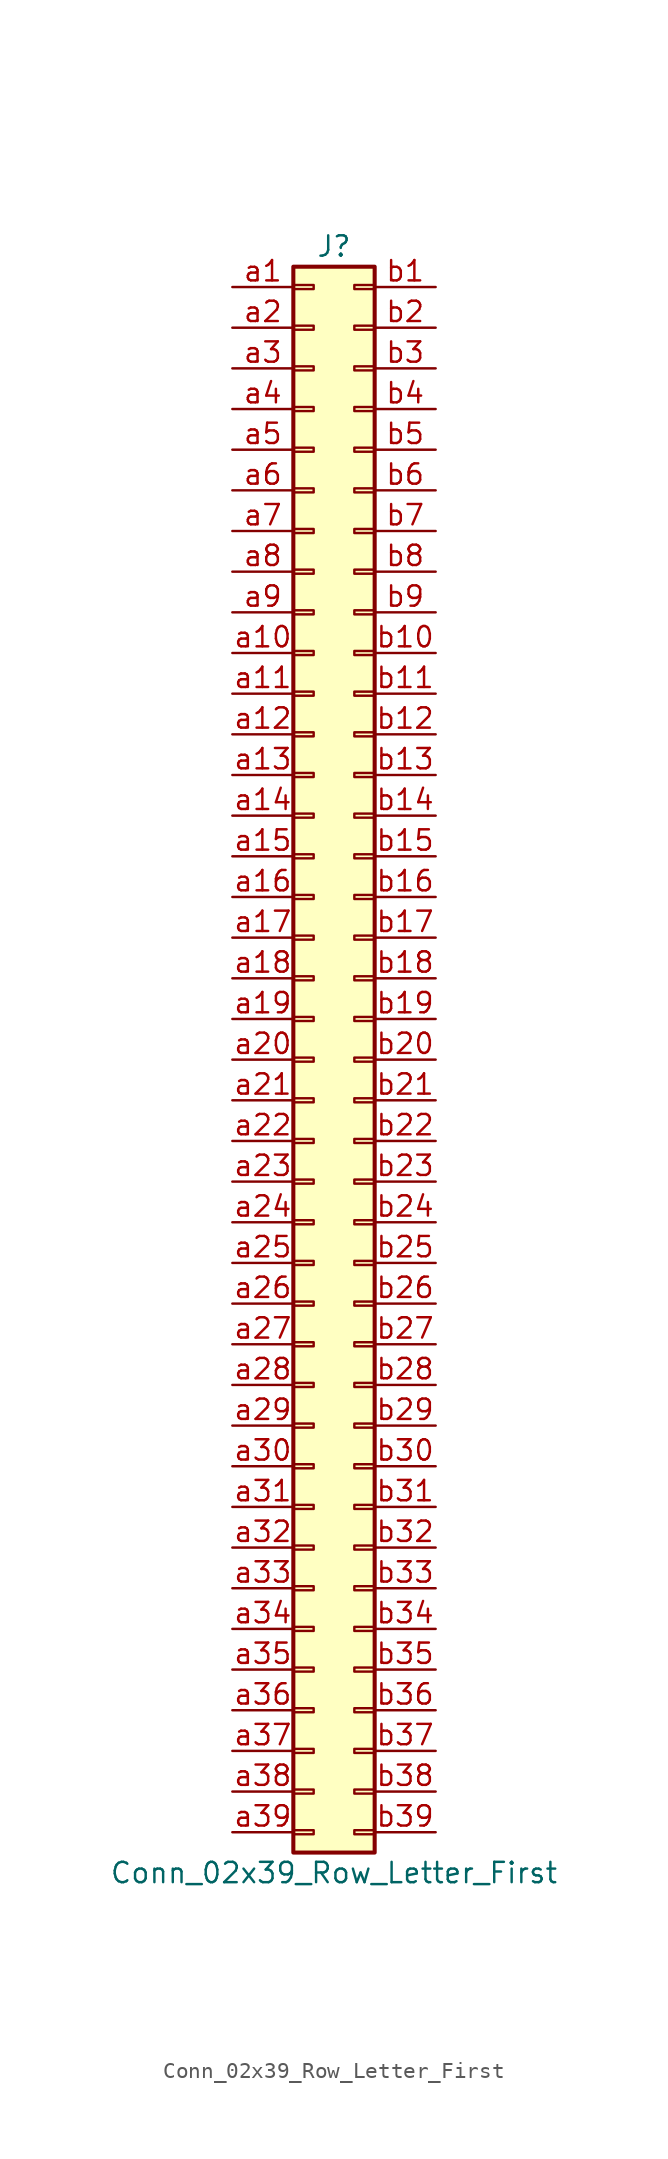
<source format=kicad_sym>
(kicad_symbol_lib
  (version 20211014)
  (generator kicad_symbol_editor)
  (symbol "Conn_02x39_Row_Letter_First"
    (pin_names
      (offset 1.016) hide)
    (property "Reference" "J"
      (at 1.27 50.8 0)
      (effects (font (size 1.27 1.27))))
    (property "Value" "Conn_02x39_Row_Letter_First"
      (at 1.27 -50.8 0)
      (effects (font (size 1.27 1.27))))
    (symbol "Conn_02x39_Row_Letter_First_1_1"
      (rectangle (start -1.27 -48.133) (end 0 -48.387) (stroke (width 0.152) (type default) (color 0 0 0 0)) (fill (type none)))
      (rectangle (start -1.27 -45.593) (end 0 -45.847) (stroke (width 0.152) (type default) (color 0 0 0 0)) (fill (type none)))
      (rectangle (start -1.27 -43.053) (end 0 -43.307) (stroke (width 0.152) (type default) (color 0 0 0 0)) (fill (type none)))
      (rectangle (start -1.27 -40.513) (end 0 -40.767) (stroke (width 0.152) (type default) (color 0 0 0 0)) (fill (type none)))
      (rectangle (start -1.27 -37.973) (end 0 -38.227) (stroke (width 0.152) (type default) (color 0 0 0 0)) (fill (type none)))
      (rectangle (start -1.27 -35.433) (end 0 -35.687) (stroke (width 0.152) (type default) (color 0 0 0 0)) (fill (type none)))
      (rectangle (start -1.27 -32.893) (end 0 -33.147) (stroke (width 0.152) (type default) (color 0 0 0 0)) (fill (type none)))
      (rectangle (start -1.27 -30.353) (end 0 -30.607) (stroke (width 0.152) (type default) (color 0 0 0 0)) (fill (type none)))
      (rectangle (start -1.27 -27.813) (end 0 -28.067) (stroke (width 0.152) (type default) (color 0 0 0 0)) (fill (type none)))
      (rectangle (start -1.27 -25.273) (end 0 -25.527) (stroke (width 0.152) (type default) (color 0 0 0 0)) (fill (type none)))
      (rectangle (start -1.27 -22.733) (end 0 -22.987) (stroke (width 0.152) (type default) (color 0 0 0 0)) (fill (type none)))
      (rectangle (start -1.27 -20.193) (end 0 -20.447) (stroke (width 0.152) (type default) (color 0 0 0 0)) (fill (type none)))
      (rectangle (start -1.27 -17.653) (end 0 -17.907) (stroke (width 0.152) (type default) (color 0 0 0 0)) (fill (type none)))
      (rectangle (start -1.27 -15.113) (end 0 -15.367) (stroke (width 0.152) (type default) (color 0 0 0 0)) (fill (type none)))
      (rectangle (start -1.27 -12.573) (end 0 -12.827) (stroke (width 0.152) (type default) (color 0 0 0 0)) (fill (type none)))
      (rectangle (start -1.27 -10.033) (end 0 -10.287) (stroke (width 0.152) (type default) (color 0 0 0 0)) (fill (type none)))
      (rectangle (start -1.27 -7.493) (end 0 -7.747) (stroke (width 0.152) (type default) (color 0 0 0 0)) (fill (type none)))
      (rectangle (start -1.27 -4.953) (end 0 -5.207) (stroke (width 0.152) (type default) (color 0 0 0 0)) (fill (type none)))
      (rectangle (start -1.27 -2.413) (end 0 -2.667) (stroke (width 0.152) (type default) (color 0 0 0 0)) (fill (type none)))
      (rectangle (start -1.27 0.127) (end 0 -0.127) (stroke (width 0.152) (type default) (color 0 0 0 0)) (fill (type none)))
      (rectangle (start -1.27 2.667) (end 0 2.413) (stroke (width 0.152) (type default) (color 0 0 0 0)) (fill (type none)))
      (rectangle (start -1.27 5.207) (end 0 4.953) (stroke (width 0.152) (type default) (color 0 0 0 0)) (fill (type none)))
      (rectangle (start -1.27 7.747) (end 0 7.493) (stroke (width 0.152) (type default) (color 0 0 0 0)) (fill (type none)))
      (rectangle (start -1.27 10.287) (end 0 10.033) (stroke (width 0.152) (type default) (color 0 0 0 0)) (fill (type none)))
      (rectangle (start -1.27 12.827) (end 0 12.573) (stroke (width 0.152) (type default) (color 0 0 0 0)) (fill (type none)))
      (rectangle (start -1.27 15.367) (end 0 15.113) (stroke (width 0.152) (type default) (color 0 0 0 0)) (fill (type none)))
      (rectangle (start -1.27 17.907) (end 0 17.653) (stroke (width 0.152) (type default) (color 0 0 0 0)) (fill (type none)))
      (rectangle (start -1.27 20.447) (end 0 20.193) (stroke (width 0.152) (type default) (color 0 0 0 0)) (fill (type none)))
      (rectangle (start -1.27 22.987) (end 0 22.733) (stroke (width 0.152) (type default) (color 0 0 0 0)) (fill (type none)))
      (rectangle (start -1.27 25.527) (end 0 25.273) (stroke (width 0.152) (type default) (color 0 0 0 0)) (fill (type none)))
      (rectangle (start -1.27 28.067) (end 0 27.813) (stroke (width 0.152) (type default) (color 0 0 0 0)) (fill (type none)))
      (rectangle (start -1.27 30.607) (end 0 30.353) (stroke (width 0.152) (type default) (color 0 0 0 0)) (fill (type none)))
      (rectangle (start -1.27 33.147) (end 0 32.893) (stroke (width 0.152) (type default) (color 0 0 0 0)) (fill (type none)))
      (rectangle (start -1.27 35.687) (end 0 35.433) (stroke (width 0.152) (type default) (color 0 0 0 0)) (fill (type none)))
      (rectangle (start -1.27 38.227) (end 0 37.973) (stroke (width 0.152) (type default) (color 0 0 0 0)) (fill (type none)))
      (rectangle (start -1.27 40.767) (end 0 40.513) (stroke (width 0.152) (type default) (color 0 0 0 0)) (fill (type none)))
      (rectangle (start -1.27 43.307) (end 0 43.053) (stroke (width 0.152) (type default) (color 0 0 0 0)) (fill (type none)))
      (rectangle (start -1.27 45.847) (end 0 45.593) (stroke (width 0.152) (type default) (color 0 0 0 0)) (fill (type none)))
      (rectangle (start -1.27 48.387) (end 0 48.133) (stroke (width 0.152) (type default) (color 0 0 0 0)) (fill (type none)))
      (rectangle (start -1.27 49.53) (end 3.81 -49.53) (stroke (width 0.254) (type default) (color 0 0 0 0)) (fill (type background)))
      (rectangle (start 3.81 -48.133) (end 2.54 -48.387) (stroke (width 0.152) (type default) (color 0 0 0 0)) (fill (type none)))
      (rectangle (start 3.81 -45.593) (end 2.54 -45.847) (stroke (width 0.152) (type default) (color 0 0 0 0)) (fill (type none)))
      (rectangle (start 3.81 -43.053) (end 2.54 -43.307) (stroke (width 0.152) (type default) (color 0 0 0 0)) (fill (type none)))
      (rectangle (start 3.81 -40.513) (end 2.54 -40.767) (stroke (width 0.152) (type default) (color 0 0 0 0)) (fill (type none)))
      (rectangle (start 3.81 -37.973) (end 2.54 -38.227) (stroke (width 0.152) (type default) (color 0 0 0 0)) (fill (type none)))
      (rectangle (start 3.81 -35.433) (end 2.54 -35.687) (stroke (width 0.152) (type default) (color 0 0 0 0)) (fill (type none)))
      (rectangle (start 3.81 -32.893) (end 2.54 -33.147) (stroke (width 0.152) (type default) (color 0 0 0 0)) (fill (type none)))
      (rectangle (start 3.81 -30.353) (end 2.54 -30.607) (stroke (width 0.152) (type default) (color 0 0 0 0)) (fill (type none)))
      (rectangle (start 3.81 -27.813) (end 2.54 -28.067) (stroke (width 0.152) (type default) (color 0 0 0 0)) (fill (type none)))
      (rectangle (start 3.81 -25.273) (end 2.54 -25.527) (stroke (width 0.152) (type default) (color 0 0 0 0)) (fill (type none)))
      (rectangle (start 3.81 -22.733) (end 2.54 -22.987) (stroke (width 0.152) (type default) (color 0 0 0 0)) (fill (type none)))
      (rectangle (start 3.81 -20.193) (end 2.54 -20.447) (stroke (width 0.152) (type default) (color 0 0 0 0)) (fill (type none)))
      (rectangle (start 3.81 -17.653) (end 2.54 -17.907) (stroke (width 0.152) (type default) (color 0 0 0 0)) (fill (type none)))
      (rectangle (start 3.81 -15.113) (end 2.54 -15.367) (stroke (width 0.152) (type default) (color 0 0 0 0)) (fill (type none)))
      (rectangle (start 3.81 -12.573) (end 2.54 -12.827) (stroke (width 0.152) (type default) (color 0 0 0 0)) (fill (type none)))
      (rectangle (start 3.81 -10.033) (end 2.54 -10.287) (stroke (width 0.152) (type default) (color 0 0 0 0)) (fill (type none)))
      (rectangle (start 3.81 -7.493) (end 2.54 -7.747) (stroke (width 0.152) (type default) (color 0 0 0 0)) (fill (type none)))
      (rectangle (start 3.81 -4.953) (end 2.54 -5.207) (stroke (width 0.152) (type default) (color 0 0 0 0)) (fill (type none)))
      (rectangle (start 3.81 -2.413) (end 2.54 -2.667) (stroke (width 0.152) (type default) (color 0 0 0 0)) (fill (type none)))
      (rectangle (start 3.81 0.127) (end 2.54 -0.127) (stroke (width 0.152) (type default) (color 0 0 0 0)) (fill (type none)))
      (rectangle (start 3.81 2.667) (end 2.54 2.413) (stroke (width 0.152) (type default) (color 0 0 0 0)) (fill (type none)))
      (rectangle (start 3.81 5.207) (end 2.54 4.953) (stroke (width 0.152) (type default) (color 0 0 0 0)) (fill (type none)))
      (rectangle (start 3.81 7.747) (end 2.54 7.493) (stroke (width 0.152) (type default) (color 0 0 0 0)) (fill (type none)))
      (rectangle (start 3.81 10.287) (end 2.54 10.033) (stroke (width 0.152) (type default) (color 0 0 0 0)) (fill (type none)))
      (rectangle (start 3.81 12.827) (end 2.54 12.573) (stroke (width 0.152) (type default) (color 0 0 0 0)) (fill (type none)))
      (rectangle (start 3.81 15.367) (end 2.54 15.113) (stroke (width 0.152) (type default) (color 0 0 0 0)) (fill (type none)))
      (rectangle (start 3.81 17.907) (end 2.54 17.653) (stroke (width 0.152) (type default) (color 0 0 0 0)) (fill (type none)))
      (rectangle (start 3.81 20.447) (end 2.54 20.193) (stroke (width 0.152) (type default) (color 0 0 0 0)) (fill (type none)))
      (rectangle (start 3.81 22.987) (end 2.54 22.733) (stroke (width 0.152) (type default) (color 0 0 0 0)) (fill (type none)))
      (rectangle (start 3.81 25.527) (end 2.54 25.273) (stroke (width 0.152) (type default) (color 0 0 0 0)) (fill (type none)))
      (rectangle (start 3.81 28.067) (end 2.54 27.813) (stroke (width 0.152) (type default) (color 0 0 0 0)) (fill (type none)))
      (rectangle (start 3.81 30.607) (end 2.54 30.353) (stroke (width 0.152) (type default) (color 0 0 0 0)) (fill (type none)))
      (rectangle (start 3.81 33.147) (end 2.54 32.893) (stroke (width 0.152) (type default) (color 0 0 0 0)) (fill (type none)))
      (rectangle (start 3.81 35.687) (end 2.54 35.433) (stroke (width 0.152) (type default) (color 0 0 0 0)) (fill (type none)))
      (rectangle (start 3.81 38.227) (end 2.54 37.973) (stroke (width 0.152) (type default) (color 0 0 0 0)) (fill (type none)))
      (rectangle (start 3.81 40.767) (end 2.54 40.513) (stroke (width 0.152) (type default) (color 0 0 0 0)) (fill (type none)))
      (rectangle (start 3.81 43.307) (end 2.54 43.053) (stroke (width 0.152) (type default) (color 0 0 0 0)) (fill (type none)))
      (rectangle (start 3.81 45.847) (end 2.54 45.593) (stroke (width 0.152) (type default) (color 0 0 0 0)) (fill (type none)))
      (rectangle (start 3.81 48.387) (end 2.54 48.133) (stroke (width 0.152) (type default) (color 0 0 0 0)) (fill (type none)))
      (pin passive line (at -5.08 48.26 0) (length 3.81) (name "Pin_a1" (effects (font (size 1.27 1.27)))) (number "a1" (effects (font (size 1.27 1.27)))))
      (pin passive line (at -5.08 25.4 0) (length 3.81) (name "Pin_a10" (effects (font (size 1.27 1.27)))) (number "a10" (effects (font (size 1.27 1.27)))))
      (pin passive line (at -5.08 22.86 0) (length 3.81) (name "Pin_a11" (effects (font (size 1.27 1.27)))) (number "a11" (effects (font (size 1.27 1.27)))))
      (pin passive line (at -5.08 20.32 0) (length 3.81) (name "Pin_a12" (effects (font (size 1.27 1.27)))) (number "a12" (effects (font (size 1.27 1.27)))))
      (pin passive line (at -5.08 17.78 0) (length 3.81) (name "Pin_a13" (effects (font (size 1.27 1.27)))) (number "a13" (effects (font (size 1.27 1.27)))))
      (pin passive line (at -5.08 15.24 0) (length 3.81) (name "Pin_a14" (effects (font (size 1.27 1.27)))) (number "a14" (effects (font (size 1.27 1.27)))))
      (pin passive line (at -5.08 12.7 0) (length 3.81) (name "Pin_a15" (effects (font (size 1.27 1.27)))) (number "a15" (effects (font (size 1.27 1.27)))))
      (pin passive line (at -5.08 10.16 0) (length 3.81) (name "Pin_a16" (effects (font (size 1.27 1.27)))) (number "a16" (effects (font (size 1.27 1.27)))))
      (pin passive line (at -5.08 7.62 0) (length 3.81) (name "Pin_a17" (effects (font (size 1.27 1.27)))) (number "a17" (effects (font (size 1.27 1.27)))))
      (pin passive line (at -5.08 5.08 0) (length 3.81) (name "Pin_a18" (effects (font (size 1.27 1.27)))) (number "a18" (effects (font (size 1.27 1.27)))))
      (pin passive line (at -5.08 2.54 0) (length 3.81) (name "Pin_a19" (effects (font (size 1.27 1.27)))) (number "a19" (effects (font (size 1.27 1.27)))))
      (pin passive line (at -5.08 45.72 0) (length 3.81) (name "Pin_a2" (effects (font (size 1.27 1.27)))) (number "a2" (effects (font (size 1.27 1.27)))))
      (pin passive line (at -5.08 0 0) (length 3.81) (name "Pin_a20" (effects (font (size 1.27 1.27)))) (number "a20" (effects (font (size 1.27 1.27)))))
      (pin passive line (at -5.08 -2.54 0) (length 3.81) (name "Pin_a21" (effects (font (size 1.27 1.27)))) (number "a21" (effects (font (size 1.27 1.27)))))
      (pin passive line (at -5.08 -5.08 0) (length 3.81) (name "Pin_a22" (effects (font (size 1.27 1.27)))) (number "a22" (effects (font (size 1.27 1.27)))))
      (pin passive line (at -5.08 -7.62 0) (length 3.81) (name "Pin_a23" (effects (font (size 1.27 1.27)))) (number "a23" (effects (font (size 1.27 1.27)))))
      (pin passive line (at -5.08 -10.16 0) (length 3.81) (name "Pin_a24" (effects (font (size 1.27 1.27)))) (number "a24" (effects (font (size 1.27 1.27)))))
      (pin passive line (at -5.08 -12.7 0) (length 3.81) (name "Pin_a25" (effects (font (size 1.27 1.27)))) (number "a25" (effects (font (size 1.27 1.27)))))
      (pin passive line (at -5.08 -15.24 0) (length 3.81) (name "Pin_a26" (effects (font (size 1.27 1.27)))) (number "a26" (effects (font (size 1.27 1.27)))))
      (pin passive line (at -5.08 -17.78 0) (length 3.81) (name "Pin_a27" (effects (font (size 1.27 1.27)))) (number "a27" (effects (font (size 1.27 1.27)))))
      (pin passive line (at -5.08 -20.32 0) (length 3.81) (name "Pin_a28" (effects (font (size 1.27 1.27)))) (number "a28" (effects (font (size 1.27 1.27)))))
      (pin passive line (at -5.08 -22.86 0) (length 3.81) (name "Pin_a29" (effects (font (size 1.27 1.27)))) (number "a29" (effects (font (size 1.27 1.27)))))
      (pin passive line (at -5.08 43.18 0) (length 3.81) (name "Pin_a3" (effects (font (size 1.27 1.27)))) (number "a3" (effects (font (size 1.27 1.27)))))
      (pin passive line (at -5.08 -25.4 0) (length 3.81) (name "Pin_a30" (effects (font (size 1.27 1.27)))) (number "a30" (effects (font (size 1.27 1.27)))))
      (pin passive line (at -5.08 -27.94 0) (length 3.81) (name "Pin_a31" (effects (font (size 1.27 1.27)))) (number "a31" (effects (font (size 1.27 1.27)))))
      (pin passive line (at -5.08 -30.48 0) (length 3.81) (name "Pin_a32" (effects (font (size 1.27 1.27)))) (number "a32" (effects (font (size 1.27 1.27)))))
      (pin passive line (at -5.08 -33.02 0) (length 3.81) (name "Pin_a33" (effects (font (size 1.27 1.27)))) (number "a33" (effects (font (size 1.27 1.27)))))
      (pin passive line (at -5.08 -35.56 0) (length 3.81) (name "Pin_a34" (effects (font (size 1.27 1.27)))) (number "a34" (effects (font (size 1.27 1.27)))))
      (pin passive line (at -5.08 -38.1 0) (length 3.81) (name "Pin_a35" (effects (font (size 1.27 1.27)))) (number "a35" (effects (font (size 1.27 1.27)))))
      (pin passive line (at -5.08 -40.64 0) (length 3.81) (name "Pin_a36" (effects (font (size 1.27 1.27)))) (number "a36" (effects (font (size 1.27 1.27)))))
      (pin passive line (at -5.08 -43.18 0) (length 3.81) (name "Pin_a37" (effects (font (size 1.27 1.27)))) (number "a37" (effects (font (size 1.27 1.27)))))
      (pin passive line (at -5.08 -45.72 0) (length 3.81) (name "Pin_a38" (effects (font (size 1.27 1.27)))) (number "a38" (effects (font (size 1.27 1.27)))))
      (pin passive line (at -5.08 -48.26 0) (length 3.81) (name "Pin_a39" (effects (font (size 1.27 1.27)))) (number "a39" (effects (font (size 1.27 1.27)))))
      (pin passive line (at -5.08 40.64 0) (length 3.81) (name "Pin_a4" (effects (font (size 1.27 1.27)))) (number "a4" (effects (font (size 1.27 1.27)))))
      (pin passive line (at -5.08 38.1 0) (length 3.81) (name "Pin_a5" (effects (font (size 1.27 1.27)))) (number "a5" (effects (font (size 1.27 1.27)))))
      (pin passive line (at -5.08 35.56 0) (length 3.81) (name "Pin_a6" (effects (font (size 1.27 1.27)))) (number "a6" (effects (font (size 1.27 1.27)))))
      (pin passive line (at -5.08 33.02 0) (length 3.81) (name "Pin_a7" (effects (font (size 1.27 1.27)))) (number "a7" (effects (font (size 1.27 1.27)))))
      (pin passive line (at -5.08 30.48 0) (length 3.81) (name "Pin_a8" (effects (font (size 1.27 1.27)))) (number "a8" (effects (font (size 1.27 1.27)))))
      (pin passive line (at -5.08 27.94 0) (length 3.81) (name "Pin_a9" (effects (font (size 1.27 1.27)))) (number "a9" (effects (font (size 1.27 1.27)))))
      (pin passive line (at 7.62 48.26 180) (length 3.81) (name "Pin_b1" (effects (font (size 1.27 1.27)))) (number "b1" (effects (font (size 1.27 1.27)))))
      (pin passive line (at 7.62 25.4 180) (length 3.81) (name "Pin_b10" (effects (font (size 1.27 1.27)))) (number "b10" (effects (font (size 1.27 1.27)))))
      (pin passive line (at 7.62 22.86 180) (length 3.81) (name "Pin_b11" (effects (font (size 1.27 1.27)))) (number "b11" (effects (font (size 1.27 1.27)))))
      (pin passive line (at 7.62 20.32 180) (length 3.81) (name "Pin_b12" (effects (font (size 1.27 1.27)))) (number "b12" (effects (font (size 1.27 1.27)))))
      (pin passive line (at 7.62 17.78 180) (length 3.81) (name "Pin_b13" (effects (font (size 1.27 1.27)))) (number "b13" (effects (font (size 1.27 1.27)))))
      (pin passive line (at 7.62 15.24 180) (length 3.81) (name "Pin_b14" (effects (font (size 1.27 1.27)))) (number "b14" (effects (font (size 1.27 1.27)))))
      (pin passive line (at 7.62 12.7 180) (length 3.81) (name "Pin_b15" (effects (font (size 1.27 1.27)))) (number "b15" (effects (font (size 1.27 1.27)))))
      (pin passive line (at 7.62 10.16 180) (length 3.81) (name "Pin_b16" (effects (font (size 1.27 1.27)))) (number "b16" (effects (font (size 1.27 1.27)))))
      (pin passive line (at 7.62 7.62 180) (length 3.81) (name "Pin_b17" (effects (font (size 1.27 1.27)))) (number "b17" (effects (font (size 1.27 1.27)))))
      (pin passive line (at 7.62 5.08 180) (length 3.81) (name "Pin_b18" (effects (font (size 1.27 1.27)))) (number "b18" (effects (font (size 1.27 1.27)))))
      (pin passive line (at 7.62 2.54 180) (length 3.81) (name "Pin_b19" (effects (font (size 1.27 1.27)))) (number "b19" (effects (font (size 1.27 1.27)))))
      (pin passive line (at 7.62 45.72 180) (length 3.81) (name "Pin_b2" (effects (font (size 1.27 1.27)))) (number "b2" (effects (font (size 1.27 1.27)))))
      (pin passive line (at 7.62 0 180) (length 3.81) (name "Pin_b20" (effects (font (size 1.27 1.27)))) (number "b20" (effects (font (size 1.27 1.27)))))
      (pin passive line (at 7.62 -2.54 180) (length 3.81) (name "Pin_b21" (effects (font (size 1.27 1.27)))) (number "b21" (effects (font (size 1.27 1.27)))))
      (pin passive line (at 7.62 -5.08 180) (length 3.81) (name "Pin_b22" (effects (font (size 1.27 1.27)))) (number "b22" (effects (font (size 1.27 1.27)))))
      (pin passive line (at 7.62 -7.62 180) (length 3.81) (name "Pin_b23" (effects (font (size 1.27 1.27)))) (number "b23" (effects (font (size 1.27 1.27)))))
      (pin passive line (at 7.62 -10.16 180) (length 3.81) (name "Pin_b24" (effects (font (size 1.27 1.27)))) (number "b24" (effects (font (size 1.27 1.27)))))
      (pin passive line (at 7.62 -12.7 180) (length 3.81) (name "Pin_b25" (effects (font (size 1.27 1.27)))) (number "b25" (effects (font (size 1.27 1.27)))))
      (pin passive line (at 7.62 -15.24 180) (length 3.81) (name "Pin_b26" (effects (font (size 1.27 1.27)))) (number "b26" (effects (font (size 1.27 1.27)))))
      (pin passive line (at 7.62 -17.78 180) (length 3.81) (name "Pin_b27" (effects (font (size 1.27 1.27)))) (number "b27" (effects (font (size 1.27 1.27)))))
      (pin passive line (at 7.62 -20.32 180) (length 3.81) (name "Pin_b28" (effects (font (size 1.27 1.27)))) (number "b28" (effects (font (size 1.27 1.27)))))
      (pin passive line (at 7.62 -22.86 180) (length 3.81) (name "Pin_b29" (effects (font (size 1.27 1.27)))) (number "b29" (effects (font (size 1.27 1.27)))))
      (pin passive line (at 7.62 43.18 180) (length 3.81) (name "Pin_b3" (effects (font (size 1.27 1.27)))) (number "b3" (effects (font (size 1.27 1.27)))))
      (pin passive line (at 7.62 -25.4 180) (length 3.81) (name "Pin_b30" (effects (font (size 1.27 1.27)))) (number "b30" (effects (font (size 1.27 1.27)))))
      (pin passive line (at 7.62 -27.94 180) (length 3.81) (name "Pin_b31" (effects (font (size 1.27 1.27)))) (number "b31" (effects (font (size 1.27 1.27)))))
      (pin passive line (at 7.62 -30.48 180) (length 3.81) (name "Pin_b32" (effects (font (size 1.27 1.27)))) (number "b32" (effects (font (size 1.27 1.27)))))
      (pin passive line (at 7.62 -33.02 180) (length 3.81) (name "Pin_b33" (effects (font (size 1.27 1.27)))) (number "b33" (effects (font (size 1.27 1.27)))))
      (pin passive line (at 7.62 -35.56 180) (length 3.81) (name "Pin_b34" (effects (font (size 1.27 1.27)))) (number "b34" (effects (font (size 1.27 1.27)))))
      (pin passive line (at 7.62 -38.1 180) (length 3.81) (name "Pin_b35" (effects (font (size 1.27 1.27)))) (number "b35" (effects (font (size 1.27 1.27)))))
      (pin passive line (at 7.62 -40.64 180) (length 3.81) (name "Pin_b36" (effects (font (size 1.27 1.27)))) (number "b36" (effects (font (size 1.27 1.27)))))
      (pin passive line (at 7.62 -43.18 180) (length 3.81) (name "Pin_b37" (effects (font (size 1.27 1.27)))) (number "b37" (effects (font (size 1.27 1.27)))))
      (pin passive line (at 7.62 -45.72 180) (length 3.81) (name "Pin_b38" (effects (font (size 1.27 1.27)))) (number "b38" (effects (font (size 1.27 1.27)))))
      (pin passive line (at 7.62 -48.26 180) (length 3.81) (name "Pin_b39" (effects (font (size 1.27 1.27)))) (number "b39" (effects (font (size 1.27 1.27)))))
      (pin passive line (at 7.62 40.64 180) (length 3.81) (name "Pin_b4" (effects (font (size 1.27 1.27)))) (number "b4" (effects (font (size 1.27 1.27)))))
      (pin passive line (at 7.62 38.1 180) (length 3.81) (name "Pin_b5" (effects (font (size 1.27 1.27)))) (number "b5" (effects (font (size 1.27 1.27)))))
      (pin passive line (at 7.62 35.56 180) (length 3.81) (name "Pin_b6" (effects (font (size 1.27 1.27)))) (number "b6" (effects (font (size 1.27 1.27)))))
      (pin passive line (at 7.62 33.02 180) (length 3.81) (name "Pin_b7" (effects (font (size 1.27 1.27)))) (number "b7" (effects (font (size 1.27 1.27)))))
      (pin passive line (at 7.62 30.48 180) (length 3.81) (name "Pin_b8" (effects (font (size 1.27 1.27)))) (number "b8" (effects (font (size 1.27 1.27)))))
      (pin passive line (at 7.62 27.94 180) (length 3.81) (name "Pin_b9" (effects (font (size 1.27 1.27)))) (number "b9" (effects (font (size 1.27 1.27))))))))
</source>
